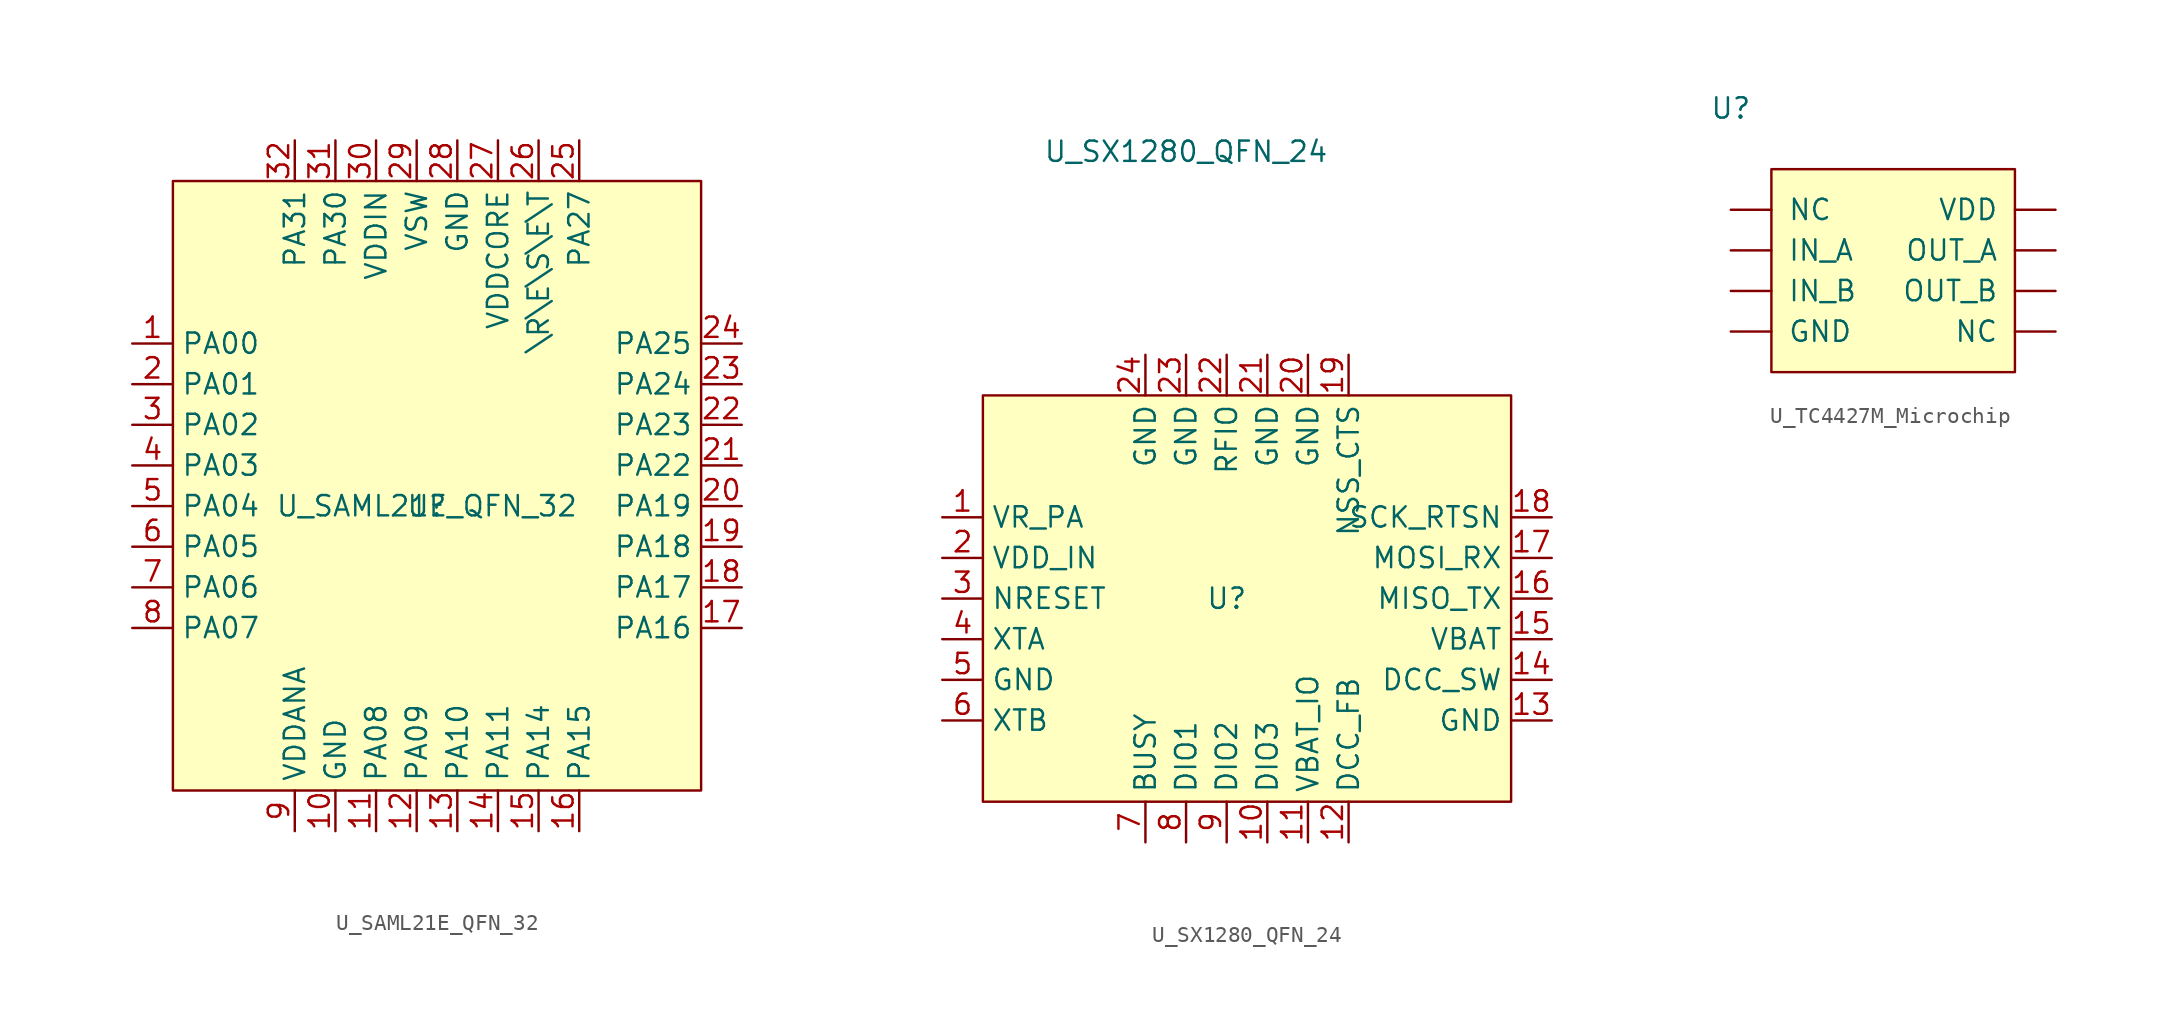
<source format=kicad_sym>
(kicad_symbol_lib
  (version 20220914)
  (generator kicad_symbol_editor)
  (symbol "U_SAML21E_QFN_32"
    (property "Reference" "U"
      (at 18.415 -10.16 0)
      (effects (font (size 1.27 1.27))))
    (property "Value" "U_SAML21E_QFN_32"
      (at 18.415 -10.16 0)
      (effects (font (size 1.27 1.27))))
    (symbol "U_SAML21E_QFN_32_0_0"
      (pin bidirectional line (at 0 0 0) (length 2.54) (name "PA00" (effects (font (size 1.27 1.27)))) (number "1" (effects (font (size 1.27 1.27)))))
      (pin power_in line (at 12.7 -30.48 90) (length 2.54) (name "GND" (effects (font (size 1.27 1.27)))) (number "10" (effects (font (size 1.27 1.27)))))
      (pin bidirectional line (at 15.24 -30.48 90) (length 2.54) (name "PA08" (effects (font (size 1.27 1.27)))) (number "11" (effects (font (size 1.27 1.27)))))
      (pin bidirectional line (at 17.78 -30.48 90) (length 2.54) (name "PA09" (effects (font (size 1.27 1.27)))) (number "12" (effects (font (size 1.27 1.27)))))
      (pin bidirectional line (at 20.32 -30.48 90) (length 2.54) (name "PA10" (effects (font (size 1.27 1.27)))) (number "13" (effects (font (size 1.27 1.27)))))
      (pin bidirectional line (at 22.86 -30.48 90) (length 2.54) (name "PA11" (effects (font (size 1.27 1.27)))) (number "14" (effects (font (size 1.27 1.27)))))
      (pin bidirectional line (at 25.4 -30.48 90) (length 2.54) (name "PA14" (effects (font (size 1.27 1.27)))) (number "15" (effects (font (size 1.27 1.27)))))
      (pin bidirectional line (at 27.94 -30.48 90) (length 2.54) (name "PA15" (effects (font (size 1.27 1.27)))) (number "16" (effects (font (size 1.27 1.27)))))
      (pin bidirectional line (at 38.1 -17.78 180) (length 2.54) (name "PA16" (effects (font (size 1.27 1.27)))) (number "17" (effects (font (size 1.27 1.27)))))
      (pin bidirectional line (at 38.1 -15.24 180) (length 2.54) (name "PA17" (effects (font (size 1.27 1.27)))) (number "18" (effects (font (size 1.27 1.27)))))
      (pin bidirectional line (at 38.1 -12.7 180) (length 2.54) (name "PA18" (effects (font (size 1.27 1.27)))) (number "19" (effects (font (size 1.27 1.27)))))
      (pin bidirectional line (at 0 -2.54 0) (length 2.54) (name "PA01" (effects (font (size 1.27 1.27)))) (number "2" (effects (font (size 1.27 1.27)))))
      (pin bidirectional line (at 38.1 -10.16 180) (length 2.54) (name "PA19" (effects (font (size 1.27 1.27)))) (number "20" (effects (font (size 1.27 1.27)))))
      (pin bidirectional line (at 38.1 -7.62 180) (length 2.54) (name "PA22" (effects (font (size 1.27 1.27)))) (number "21" (effects (font (size 1.27 1.27)))))
      (pin bidirectional line (at 38.1 -5.08 180) (length 2.54) (name "PA23" (effects (font (size 1.27 1.27)))) (number "22" (effects (font (size 1.27 1.27)))))
      (pin bidirectional line (at 38.1 -2.54 180) (length 2.54) (name "PA24" (effects (font (size 1.27 1.27)))) (number "23" (effects (font (size 1.27 1.27)))))
      (pin bidirectional line (at 38.1 0 180) (length 2.54) (name "PA25" (effects (font (size 1.27 1.27)))) (number "24" (effects (font (size 1.27 1.27)))))
      (pin bidirectional line (at 27.94 12.7 270) (length 2.54) (name "PA27" (effects (font (size 1.27 1.27)))) (number "25" (effects (font (size 1.27 1.27)))))
      (pin input line (at 25.4 12.7 270) (length 2.54) (name "\\R\\E\\S\\E\\T" (effects (font (size 1.27 1.27)))) (number "26" (effects (font (size 1.27 1.27)))))
      (pin power_in line (at 22.86 12.7 270) (length 2.54) (name "VDDCORE" (effects (font (size 1.27 1.27)))) (number "27" (effects (font (size 1.27 1.27)))))
      (pin power_out line (at 20.32 12.7 270) (length 2.54) (name "GND" (effects (font (size 1.27 1.27)))) (number "28" (effects (font (size 1.27 1.27)))))
      (pin input line (at 17.78 12.7 270) (length 2.54) (name "VSW" (effects (font (size 1.27 1.27)))) (number "29" (effects (font (size 1.27 1.27)))))
      (pin bidirectional line (at 0 -5.08 0) (length 2.54) (name "PA02" (effects (font (size 1.27 1.27)))) (number "3" (effects (font (size 1.27 1.27)))))
      (pin power_in line (at 15.24 12.7 270) (length 2.54) (name "VDDIN" (effects (font (size 1.27 1.27)))) (number "30" (effects (font (size 1.27 1.27)))))
      (pin bidirectional line (at 12.7 12.7 270) (length 2.54) (name "PA30" (effects (font (size 1.27 1.27)))) (number "31" (effects (font (size 1.27 1.27)))))
      (pin bidirectional line (at 10.16 12.7 270) (length 2.54) (name "PA31" (effects (font (size 1.27 1.27)))) (number "32" (effects (font (size 1.27 1.27)))))
      (pin bidirectional line (at 0 -7.62 0) (length 2.54) (name "PA03" (effects (font (size 1.27 1.27)))) (number "4" (effects (font (size 1.27 1.27)))))
      (pin bidirectional line (at 0 -10.16 0) (length 2.54) (name "PA04" (effects (font (size 1.27 1.27)))) (number "5" (effects (font (size 1.27 1.27)))))
      (pin bidirectional line (at 0 -12.7 0) (length 2.54) (name "PA05" (effects (font (size 1.27 1.27)))) (number "6" (effects (font (size 1.27 1.27)))))
      (pin bidirectional line (at 0 -15.24 0) (length 2.54) (name "PA06" (effects (font (size 1.27 1.27)))) (number "7" (effects (font (size 1.27 1.27)))))
      (pin bidirectional line (at 0 -17.78 0) (length 2.54) (name "PA07" (effects (font (size 1.27 1.27)))) (number "8" (effects (font (size 1.27 1.27)))))
      (pin power_in line (at 10.16 -30.48 90) (length 2.54) (name "VDDANA" (effects (font (size 1.27 1.27)))) (number "9" (effects (font (size 1.27 1.27))))))
    (symbol "U_SAML21E_QFN_32_0_1"
      (rectangle (start 2.54 10.16) (end 35.56 -27.94) (stroke (width 0) (type solid)) (fill (type background)))))
  (symbol "U_SX1280_QFN_24"
    (property "Reference" "U"
      (at 17.78 -5.08 0)
      (effects (font (size 1.27 1.27))))
    (property "Value" "U_SX1280_QFN_24"
      (at 15.24 22.86 0)
      (effects (font (size 1.27 1.27))))
    (symbol "U_SX1280_QFN_24_0_0"
      (pin unspecified line (at 0 0 0) (length 2.54) (name "VR_PA" (effects (font (size 1.27 1.27)))) (number "1" (effects (font (size 1.27 1.27)))))
      (pin bidirectional line (at 20.32 -20.32 90) (length 2.54) (name "DIO3" (effects (font (size 1.27 1.27)))) (number "10" (effects (font (size 1.27 1.27)))))
      (pin power_in line (at 22.86 -20.32 90) (length 2.54) (name "VBAT_IO" (effects (font (size 1.27 1.27)))) (number "11" (effects (font (size 1.27 1.27)))))
      (pin power_out line (at 25.4 -20.32 90) (length 2.54) (name "DCC_FB" (effects (font (size 1.27 1.27)))) (number "12" (effects (font (size 1.27 1.27)))))
      (pin power_out line (at 38.1 -12.7 180) (length 2.54) (name "GND" (effects (font (size 1.27 1.27)))) (number "13" (effects (font (size 1.27 1.27)))))
      (pin power_out line (at 38.1 -10.16 180) (length 2.54) (name "DCC_SW" (effects (font (size 1.27 1.27)))) (number "14" (effects (font (size 1.27 1.27)))))
      (pin power_in line (at 38.1 -7.62 180) (length 2.54) (name "VBAT" (effects (font (size 1.27 1.27)))) (number "15" (effects (font (size 1.27 1.27)))))
      (pin output line (at 38.1 -5.08 180) (length 2.54) (name "MISO_TX" (effects (font (size 1.27 1.27)))) (number "16" (effects (font (size 1.27 1.27)))))
      (pin input line (at 38.1 -2.54 180) (length 2.54) (name "MOSI_RX" (effects (font (size 1.27 1.27)))) (number "17" (effects (font (size 1.27 1.27)))))
      (pin input line (at 38.1 0 180) (length 2.54) (name "SCK_RTSN" (effects (font (size 1.27 1.27)))) (number "18" (effects (font (size 1.27 1.27)))))
      (pin input line (at 25.4 10.16 270) (length 2.54) (name "NSS_CTS" (effects (font (size 1.27 1.27)))) (number "19" (effects (font (size 1.27 1.27)))))
      (pin power_in line (at 0 -2.54 0) (length 2.54) (name "VDD_IN" (effects (font (size 1.27 1.27)))) (number "2" (effects (font (size 1.27 1.27)))))
      (pin power_out line (at 22.86 10.16 270) (length 2.54) (name "GND" (effects (font (size 1.27 1.27)))) (number "20" (effects (font (size 1.27 1.27)))))
      (pin power_out line (at 20.32 10.16 270) (length 2.54) (name "GND" (effects (font (size 1.27 1.27)))) (number "21" (effects (font (size 1.27 1.27)))))
      (pin bidirectional line (at 17.78 10.16 270) (length 2.54) (name "RFIO" (effects (font (size 1.27 1.27)))) (number "22" (effects (font (size 1.27 1.27)))))
      (pin power_out line (at 15.24 10.16 270) (length 2.54) (name "GND" (effects (font (size 1.27 1.27)))) (number "23" (effects (font (size 1.27 1.27)))))
      (pin power_out line (at 12.7 10.16 270) (length 2.54) (name "GND" (effects (font (size 1.27 1.27)))) (number "24" (effects (font (size 1.27 1.27)))))
      (pin input line (at 0 -5.08 0) (length 2.54) (name "NRESET" (effects (font (size 1.27 1.27)))) (number "3" (effects (font (size 1.27 1.27)))))
      (pin unspecified line (at 0 -7.62 0) (length 2.54) (name "XTA" (effects (font (size 1.27 1.27)))) (number "4" (effects (font (size 1.27 1.27)))))
      (pin power_out line (at 0 -10.16 0) (length 2.54) (name "GND" (effects (font (size 1.27 1.27)))) (number "5" (effects (font (size 1.27 1.27)))))
      (pin unspecified line (at 0 -12.7 0) (length 2.54) (name "XTB" (effects (font (size 1.27 1.27)))) (number "6" (effects (font (size 1.27 1.27)))))
      (pin output line (at 12.7 -20.32 90) (length 2.54) (name "BUSY" (effects (font (size 1.27 1.27)))) (number "7" (effects (font (size 1.27 1.27)))))
      (pin bidirectional line (at 15.24 -20.32 90) (length 2.54) (name "DIO1" (effects (font (size 1.27 1.27)))) (number "8" (effects (font (size 1.27 1.27)))))
      (pin bidirectional line (at 17.78 -20.32 90) (length 2.54) (name "DIO2" (effects (font (size 1.27 1.27)))) (number "9" (effects (font (size 1.27 1.27))))))
    (symbol "U_SX1280_QFN_24_0_1"
      (rectangle (start 2.54 7.62) (end 35.56 -17.78) (stroke (width 0) (type solid)) (fill (type background)))))
  (symbol "U_TC4427M_Microchip"
    (pin_numbers hide)
    (pin_names
      (offset 1.016))
    (property "Reference" "U"
      (at 0 6.35 0)
      (effects (font (size 1.27 1.27))))
    (symbol "U_TC4427M_Microchip_0_0"
      (pin unspecified line (at 0 0 0) (length 2.54) (name "NC" (effects (font (size 1.27 1.27)))) (number "1" (effects (font (size 1.27 1.27)))))
      (pin unspecified line (at 0 -2.54 0) (length 2.54) (name "IN_A" (effects (font (size 1.27 1.27)))) (number "2" (effects (font (size 1.27 1.27)))))
      (pin unspecified line (at 0 -7.62 0) (length 2.54) (name "GND" (effects (font (size 1.27 1.27)))) (number "3" (effects (font (size 1.27 1.27)))))
      (pin unspecified line (at 0 -5.08 0) (length 2.54) (name "IN_B" (effects (font (size 1.27 1.27)))) (number "4" (effects (font (size 1.27 1.27)))))
      (pin unspecified line (at 20.32 -5.08 180) (length 2.54) (name "OUT_B" (effects (font (size 1.27 1.27)))) (number "5" (effects (font (size 1.27 1.27)))))
      (pin unspecified line (at 20.32 0 180) (length 2.54) (name "VDD" (effects (font (size 1.27 1.27)))) (number "6" (effects (font (size 1.27 1.27)))))
      (pin unspecified line (at 20.32 -2.54 180) (length 2.54) (name "OUT_A" (effects (font (size 1.27 1.27)))) (number "7" (effects (font (size 1.27 1.27)))))
      (pin unspecified line (at 20.32 -7.62 180) (length 2.54) (name "NC" (effects (font (size 1.27 1.27)))) (number "8" (effects (font (size 1.27 1.27))))))
    (symbol "U_TC4427M_Microchip_0_1"
      (rectangle (start 2.54 2.54) (end 17.78 -10.16) (stroke (width 0) (type solid)) (fill (type background))))))
</source>
